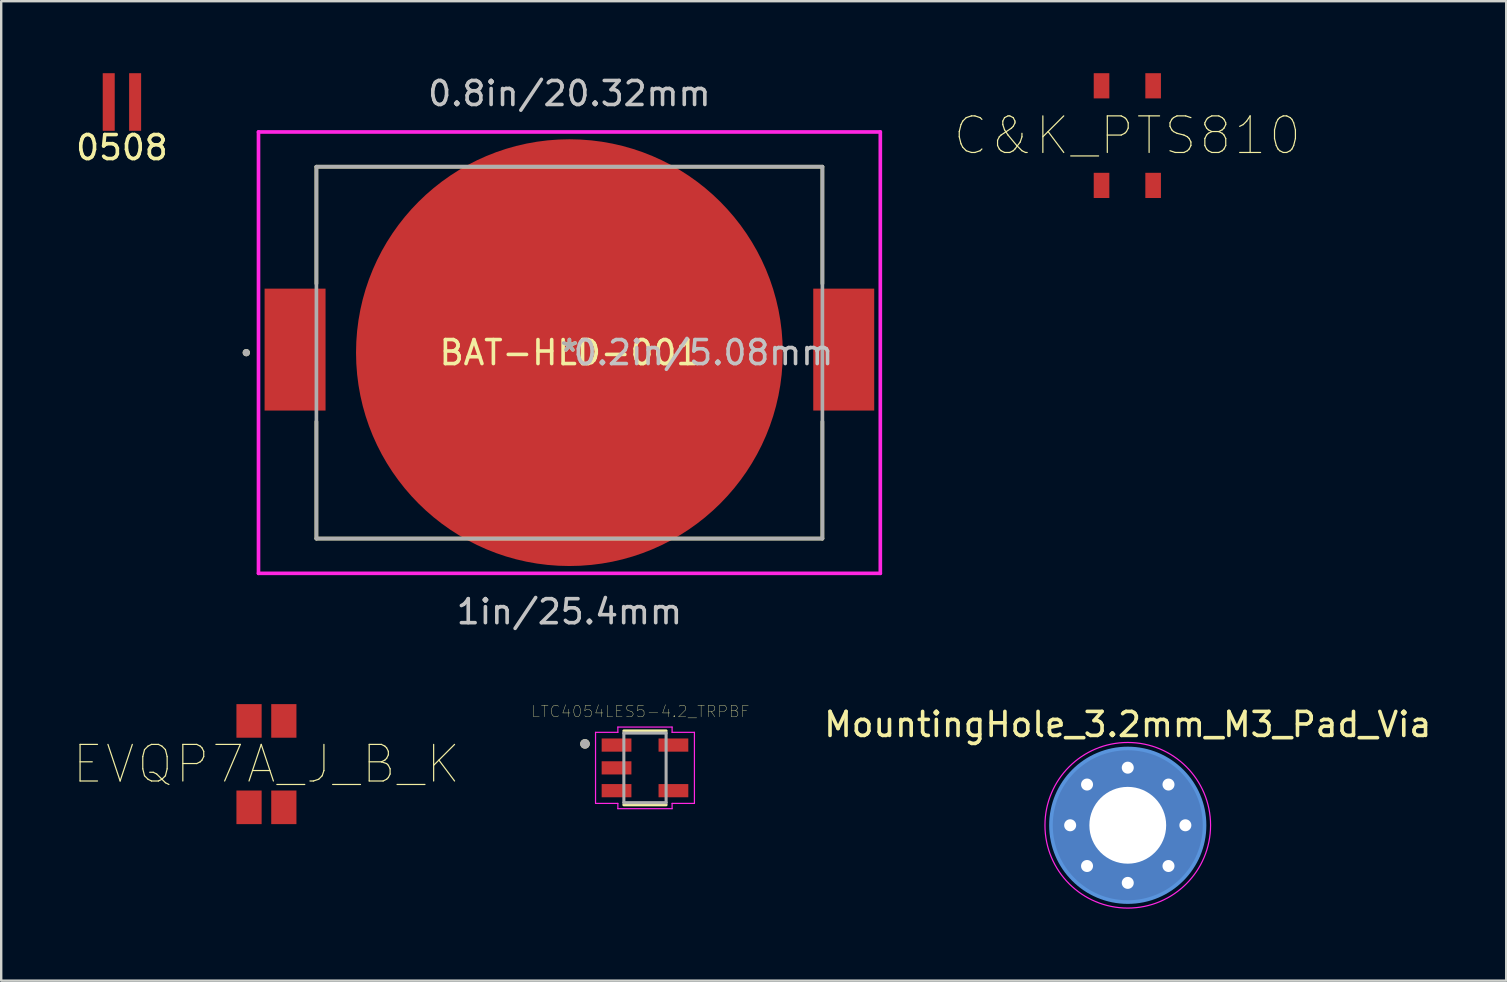
<source format=kicad_pcb>
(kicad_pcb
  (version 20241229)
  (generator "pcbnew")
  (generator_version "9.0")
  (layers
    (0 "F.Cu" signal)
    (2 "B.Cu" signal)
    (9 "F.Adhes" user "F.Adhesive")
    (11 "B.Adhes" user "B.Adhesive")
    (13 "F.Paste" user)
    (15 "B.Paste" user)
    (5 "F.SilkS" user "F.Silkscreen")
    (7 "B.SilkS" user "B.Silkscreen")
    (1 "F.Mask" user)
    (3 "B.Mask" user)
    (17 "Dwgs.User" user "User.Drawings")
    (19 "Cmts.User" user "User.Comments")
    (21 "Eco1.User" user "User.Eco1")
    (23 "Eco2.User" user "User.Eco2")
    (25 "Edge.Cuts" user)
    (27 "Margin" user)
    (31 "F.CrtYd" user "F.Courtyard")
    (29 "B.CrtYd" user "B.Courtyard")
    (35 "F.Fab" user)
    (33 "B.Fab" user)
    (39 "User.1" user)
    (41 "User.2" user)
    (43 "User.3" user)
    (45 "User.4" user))
  (footprint "LTC4054LES5-4.2_TRPBF"
    (layer "F.Cu")
    (at 23.823 28.943)
    (property "Reference" "LTC4054LES5-4.2_TRPBF" (at -0.187 -2.35 0) (layer "F.SilkS") (effects (font (size 0.48 0.48) (thickness 0.015))))
    (attr through_hole)
    (fp_line (start -0.88 -1.539) (end 0.88 -1.539) (stroke (width 0.127) (type solid)) (layer "F.SilkS"))
    (fp_line (start -0.88 1.539) (end 0.88 1.539) (stroke (width 0.127) (type solid)) (layer "F.SilkS"))
    (fp_circle (center -2.5 -1) (end -2.4 -1) (stroke (width 0.2) (type solid)) (fill no) (layer "F.SilkS"))
    (fp_line (start -2.06 -1.48) (end -1.13 -1.48) (stroke (width 0.05) (type solid)) (layer "F.CrtYd"))
    (fp_line (start -2.06 1.48) (end -2.06 -1.48) (stroke (width 0.05) (type solid)) (layer "F.CrtYd"))
    (fp_line (start -1.13 -1.7) (end 1.13 -1.7) (stroke (width 0.05) (type solid)) (layer "F.CrtYd"))
    (fp_line (start -1.13 -1.48) (end -1.13 -1.7) (stroke (width 0.05) (type solid)) (layer "F.CrtYd"))
    (fp_line (start -1.13 1.48) (end -2.06 1.48) (stroke (width 0.05) (type solid)) (layer "F.CrtYd"))
    (fp_line (start -1.13 1.7) (end -1.13 1.48) (stroke (width 0.05) (type solid)) (layer "F.CrtYd"))
    (fp_line (start 1.13 -1.7) (end 1.13 -1.48) (stroke (width 0.05) (type solid)) (layer "F.CrtYd"))
    (fp_line (start 1.13 -1.48) (end 2.06 -1.48) (stroke (width 0.05) (type solid)) (layer "F.CrtYd"))
    (fp_line (start 1.13 1.48) (end 1.13 1.7) (stroke (width 0.05) (type solid)) (layer "F.CrtYd"))
    (fp_line (start 1.13 1.7) (end -1.13 1.7) (stroke (width 0.05) (type solid)) (layer "F.CrtYd"))
    (fp_line (start 2.06 -1.48) (end 2.06 1.48) (stroke (width 0.05) (type solid)) (layer "F.CrtYd"))
    (fp_line (start 2.06 1.48) (end 1.13 1.48) (stroke (width 0.05) (type solid)) (layer "F.CrtYd"))
    (fp_line (start -0.88 -1.45) (end -0.88 1.45) (stroke (width 0.127) (type solid)) (layer "F.Fab"))
    (fp_line (start -0.88 1.45) (end 0.88 1.45) (stroke (width 0.127) (type solid)) (layer "F.Fab"))
    (fp_line (start 0.88 -1.45) (end -0.88 -1.45) (stroke (width 0.127) (type solid)) (layer "F.Fab"))
    (fp_line (start 0.88 1.45) (end 0.88 -1.45) (stroke (width 0.127) (type solid)) (layer "F.Fab"))
    (fp_circle (center -2.5 -1) (end -2.4 -1) (stroke (width 0.2) (type solid)) (fill no) (layer "F.Fab"))
    (pad "1" smd rect (at -1.185 -0.95) (size 1.24 0.55) (layers "F.Cu" "F.Mask" "F.Paste"))
    (pad "2" smd rect (at -1.185 0) (size 1.24 0.55) (layers "F.Cu" "F.Mask" "F.Paste"))
    (pad "3" smd rect (at -1.185 0.95) (size 1.24 0.55) (layers "F.Cu" "F.Mask" "F.Paste"))
    (pad "4" smd rect (at 1.185 0.95) (size 1.24 0.55) (layers "F.Cu" "F.Mask" "F.Paste"))
    (pad "5" smd rect (at 1.185 -0.95) (size 1.24 0.55) (layers "F.Cu" "F.Mask" "F.Paste")))
  (footprint "BAT-HLD-001"
    (layer "F.Cu")
    (at 20.674 11.643)
    (property "Reference" "BAT-HLD-001" (at 0 0 0) (layer "F.SilkS") (effects (font (size 1 1) (thickness 0.15))))
    (attr through_hole)
    (fp_line (start -10.541 -7.747) (end -10.541 -2.873) (stroke (width 0.152) (type solid)) (layer "F.SilkS"))
    (fp_line (start -10.541 2.873) (end -10.541 7.747) (stroke (width 0.152) (type solid)) (layer "F.SilkS"))
    (fp_line (start -10.541 7.747) (end 10.541 7.747) (stroke (width 0.152) (type solid)) (layer "F.SilkS"))
    (fp_line (start 10.541 -7.747) (end -10.541 -7.747) (stroke (width 0.152) (type solid)) (layer "F.SilkS"))
    (fp_line (start 10.541 -2.873) (end 10.541 -7.747) (stroke (width 0.152) (type solid)) (layer "F.SilkS"))
    (fp_line (start 10.541 7.747) (end 10.541 2.873) (stroke (width 0.152) (type solid)) (layer "F.SilkS"))
    (fp_circle (center -13.462 0) (end -13.386 0) (stroke (width 0.152) (type solid)) (fill no) (layer "F.SilkS"))
    (fp_line (start -12.954 -9.195) (end 12.954 -9.195) (stroke (width 0.152) (type solid)) (layer "F.CrtYd"))
    (fp_line (start -12.954 9.195) (end -12.954 -9.195) (stroke (width 0.152) (type solid)) (layer "F.CrtYd"))
    (fp_line (start 12.954 -9.195) (end 12.954 9.195) (stroke (width 0.152) (type solid)) (layer "F.CrtYd"))
    (fp_line (start 12.954 9.195) (end -12.954 9.195) (stroke (width 0.152) (type solid)) (layer "F.CrtYd"))
    (fp_line (start -10.541 -7.747) (end -10.541 7.747) (stroke (width 0.152) (type solid)) (layer "F.Fab"))
    (fp_line (start -10.541 7.747) (end 10.541 7.747) (stroke (width 0.152) (type solid)) (layer "F.Fab"))
    (fp_line (start 10.541 -7.747) (end -10.541 -7.747) (stroke (width 0.152) (type solid)) (layer "F.Fab"))
    (fp_line (start 10.541 7.747) (end 10.541 -7.747) (stroke (width 0.152) (type solid)) (layer "F.Fab"))
    (fp_circle (center -13.462 0) (end -13.386 0) (stroke (width 0.152) (type solid)) (fill no) (layer "F.Fab"))
    (fp_text user "*" (at 0 0 0) (layer "F.SilkS") (effects (font (size 1 1) (thickness 0.15))))
    (fp_text user "0.2in/5.08mm" (at 5.588 0 0) (layer "Dwgs.User") (effects (font (size 1 1) (thickness 0.15))))
    (fp_text user "1in/25.4mm" (at 0 10.795 0) (layer "Dwgs.User") (effects (font (size 1 1) (thickness 0.15))))
    (fp_text user "0.8in/20.32mm" (at 0 -10.795 0) (layer "Dwgs.User") (effects (font (size 1 1) (thickness 0.15))))
    (fp_text user "Copyright 2016 Accelerated Designs. All rights reserved." (at 0 0 0) (layer "Cmts.User") (effects (font (size 0.127 0.127) (thickness 0.002))))
    (fp_text user "*" (at 0 0 0) (layer "F.Fab") (effects (font (size 1 1) (thickness 0.15))))
    (pad "1" smd rect (at -11.43 -0.127) (size 2.54 5.08) (layers "F.Cu" "F.Mask" "F.Paste"))
    (pad "2" smd circle (at 0 0) (size 17.78 17.78) (layers "F.Cu" "F.Mask" "F.Paste"))
    (pad "3" smd rect (at 11.43 -0.127) (size 2.54 5.08) (layers "F.Cu" "F.Mask" "F.Paste")))
  (footprint "EVQP7A_J_B_K"
    (layer "F.Cu")
    (at 8.051 28.787)
    (property "Reference" "EVQP7A_J_B_K" (at 0 0 0) (layer "F.SilkS") (effects (font (size 1.524 1.524) (thickness 0.05))))
    (attr smd)
    (pad "1" smd rect (at 0.725 -1.8 270) (size 1.4 1.05) (layers "F.Cu" "F.Mask" "F.Paste"))
    (pad "1" smd rect (at 0.725 1.8 270) (size 1.4 1.05) (layers "F.Cu" "F.Mask" "F.Paste"))
    (pad "2" smd rect (at -0.725 -1.8 270) (size 1.4 1.05) (layers "F.Cu" "F.Mask" "F.Paste"))
    (pad "2" smd rect (at -0.725 1.8 270) (size 1.4 1.05) (layers "F.Cu" "F.Mask" "F.Paste")))
  (footprint "0508"
    (layer "F.Cu")
    (at 2.03 1.2)
    (property "Reference" "0508" (at 0 1.9 0) (layer "F.SilkS") (effects (font (size 1 1) (thickness 0.15))))
    (attr through_hole)
    (pad "1" smd rect (at -0.55 0) (size 0.5 2.4) (layers "F.Cu" "F.Mask" "F.Paste"))
    (pad "2" smd rect (at 0.55 0) (size 0.5 2.4) (layers "F.Cu" "F.Mask" "F.Paste")))
  (footprint "C&K_PTS810"
    (layer "F.Cu")
    (at 43.92 2.6)
    (property "Reference" "C&K_PTS810" (at 0 0 0) (layer "F.SilkS") (effects (font (size 1.524 1.524) (thickness 0.05))))
    (attr smd)
    (pad "0" smd rect (at 1.075 2.075 270) (size 1.05 0.65) (layers "F.Cu" "F.Mask" "F.Paste"))
    (pad "1" smd rect (at 1.075 -2.075 270) (size 1.05 0.65) (layers "F.Cu" "F.Mask" "F.Paste"))
    (pad "2" smd rect (at -1.075 -2.075 270) (size 1.05 0.65) (layers "F.Cu" "F.Mask" "F.Paste"))
    (pad "2" smd rect (at -1.075 2.075 270) (size 1.05 0.65) (layers "F.Cu" "F.Mask" "F.Paste")))
  (footprint "MountingHole_3.2mm_M3_Pad_Via"
    (layer "F.Cu")
    (at 43.938 31.335)
    (property "Reference" "MountingHole_3.2mm_M3_Pad_Via" (at 0 -4.2 0) (layer "F.SilkS") (effects (font (size 1 1) (thickness 0.15))))
    (attr through_hole)
    (fp_circle (center 0 0) (end 3.2 0) (stroke (width 0.15) (type solid)) (fill no) (layer "Cmts.User"))
    (fp_circle (center 0 0) (end 3.45 0) (stroke (width 0.05) (type solid)) (fill no) (layer "F.CrtYd"))
    (pad "1" thru_hole circle (at -2.4 0) (size 0.6 0.6) (drill 0.5) (layers "*.Cu" "*.Mask"))
    (pad "1" thru_hole circle (at -1.697 -1.697) (size 0.6 0.6) (drill 0.5) (layers "*.Cu" "*.Mask"))
    (pad "1" thru_hole circle (at -1.697 1.697) (size 0.6 0.6) (drill 0.5) (layers "*.Cu" "*.Mask"))
    (pad "1" thru_hole circle (at 0 -2.4) (size 0.6 0.6) (drill 0.5) (layers "*.Cu" "*.Mask"))
    (pad "1" thru_hole circle (at 0 0) (size 6.4 6.4) (drill 3.2) (layers "*.Cu" "*.Mask"))
    (pad "1" thru_hole circle (at 0 2.4) (size 0.6 0.6) (drill 0.5) (layers "*.Cu" "*.Mask"))
    (pad "1" thru_hole circle (at 1.697 -1.697) (size 0.6 0.6) (drill 0.5) (layers "*.Cu" "*.Mask"))
    (pad "1" thru_hole circle (at 1.697 1.697) (size 0.6 0.6) (drill 0.5) (layers "*.Cu" "*.Mask"))
    (pad "1" thru_hole circle (at 2.4 0) (size 0.6 0.6) (drill 0.5) (layers "*.Cu" "*.Mask")))
  (gr_rect
    (start -3 -3)
    (end 59.706 37.81)
    (stroke (width 0.1) (type default))
    (fill no)
    (layer "Edge.Cuts")))
</source>
